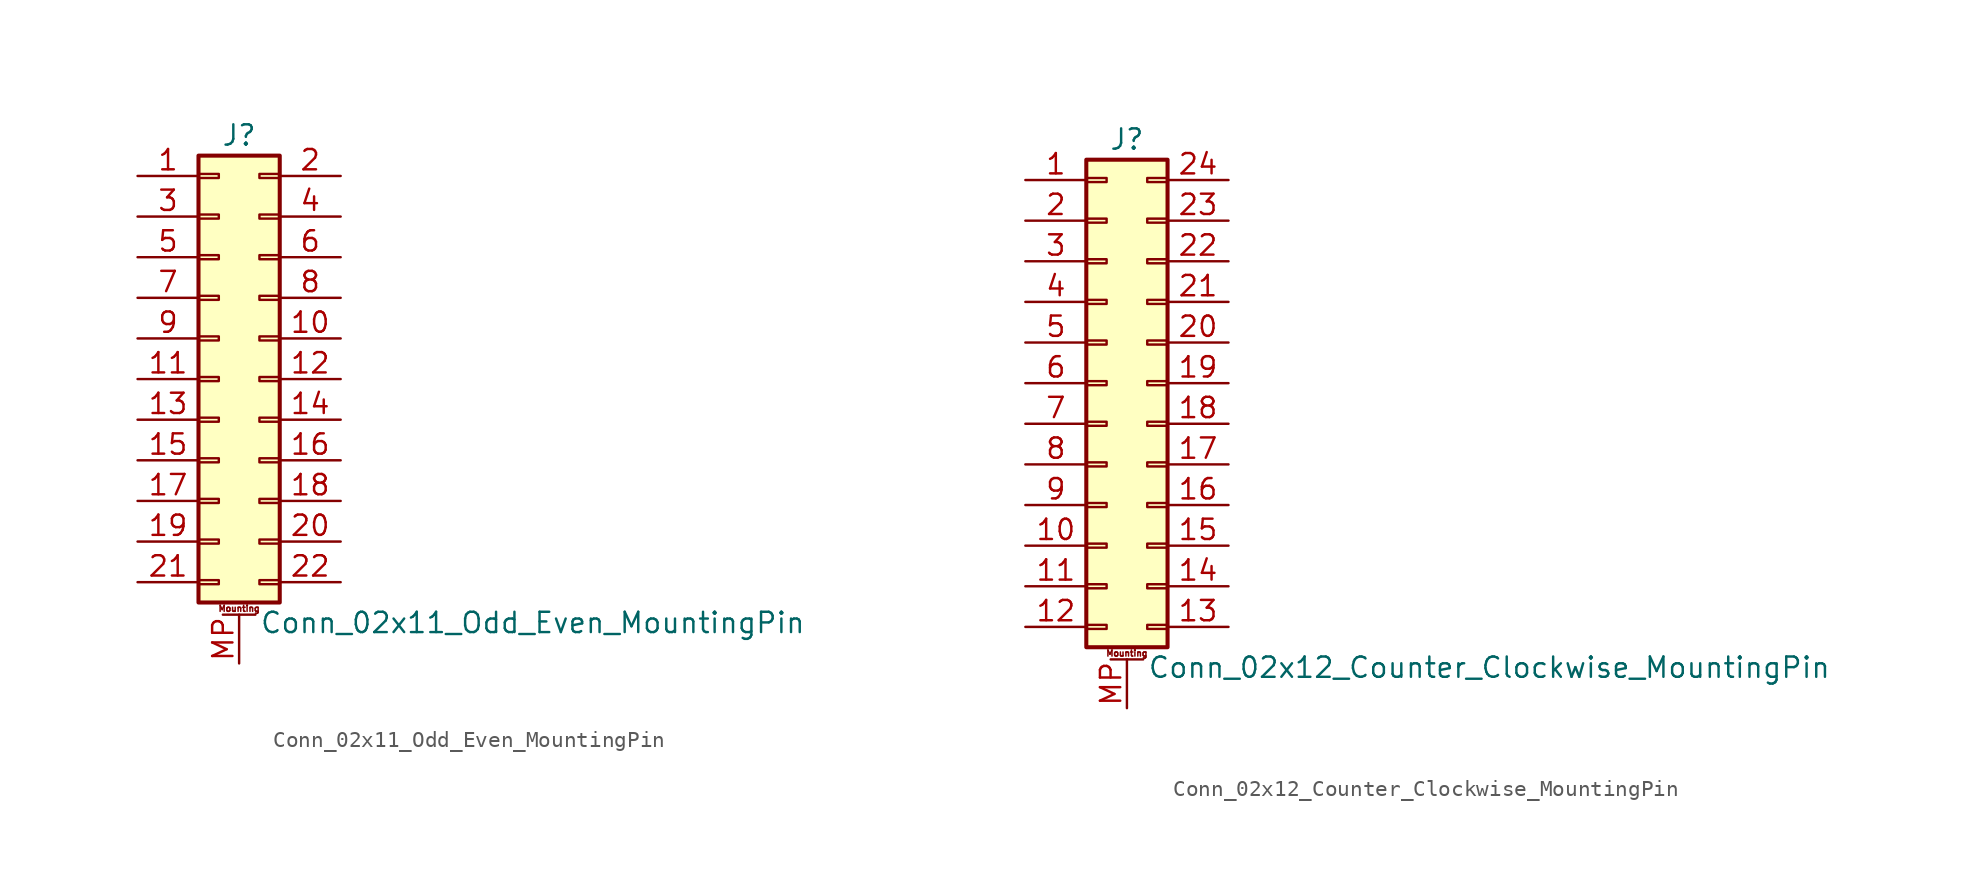
<source format=kicad_sym>
(kicad_symbol_lib
  (version 20220914)
  (generator kicad_symbol_editor)
  (symbol "Conn_02x11_Odd_Even_MountingPin"
    (pin_names
      (offset 1.016) hide)
    (property "Reference" "J"
      (at 1.27 15.24 0)
      (effects (font (size 1.27 1.27))))
    (property "Value" "Conn_02x11_Odd_Even_MountingPin"
      (at 2.54 -15.24 0)
      (effects (font (size 1.27 1.27)) (justify left)))
    (symbol "Conn_02x11_Odd_Even_MountingPin_1_1"
      (rectangle (start -1.27 -12.573) (end 0 -12.827) (stroke (width 0.152) (type default)) (fill (type none)))
      (rectangle (start -1.27 -10.033) (end 0 -10.287) (stroke (width 0.152) (type default)) (fill (type none)))
      (rectangle (start -1.27 -7.493) (end 0 -7.747) (stroke (width 0.152) (type default)) (fill (type none)))
      (rectangle (start -1.27 -4.953) (end 0 -5.207) (stroke (width 0.152) (type default)) (fill (type none)))
      (rectangle (start -1.27 -2.413) (end 0 -2.667) (stroke (width 0.152) (type default)) (fill (type none)))
      (rectangle (start -1.27 0.127) (end 0 -0.127) (stroke (width 0.152) (type default)) (fill (type none)))
      (rectangle (start -1.27 2.667) (end 0 2.413) (stroke (width 0.152) (type default)) (fill (type none)))
      (rectangle (start -1.27 5.207) (end 0 4.953) (stroke (width 0.152) (type default)) (fill (type none)))
      (rectangle (start -1.27 7.747) (end 0 7.493) (stroke (width 0.152) (type default)) (fill (type none)))
      (rectangle (start -1.27 10.287) (end 0 10.033) (stroke (width 0.152) (type default)) (fill (type none)))
      (rectangle (start -1.27 12.827) (end 0 12.573) (stroke (width 0.152) (type default)) (fill (type none)))
      (rectangle (start -1.27 13.97) (end 3.81 -13.97) (stroke (width 0.254) (type default)) (fill (type background)))
      (polyline (pts (xy 0.254 -14.732) (xy 2.286 -14.732)) (stroke (width 0.152) (type default)) (fill (type none)))
      (rectangle (start 3.81 -12.573) (end 2.54 -12.827) (stroke (width 0.152) (type default)) (fill (type none)))
      (rectangle (start 3.81 -10.033) (end 2.54 -10.287) (stroke (width 0.152) (type default)) (fill (type none)))
      (rectangle (start 3.81 -7.493) (end 2.54 -7.747) (stroke (width 0.152) (type default)) (fill (type none)))
      (rectangle (start 3.81 -4.953) (end 2.54 -5.207) (stroke (width 0.152) (type default)) (fill (type none)))
      (rectangle (start 3.81 -2.413) (end 2.54 -2.667) (stroke (width 0.152) (type default)) (fill (type none)))
      (rectangle (start 3.81 0.127) (end 2.54 -0.127) (stroke (width 0.152) (type default)) (fill (type none)))
      (rectangle (start 3.81 2.667) (end 2.54 2.413) (stroke (width 0.152) (type default)) (fill (type none)))
      (rectangle (start 3.81 5.207) (end 2.54 4.953) (stroke (width 0.152) (type default)) (fill (type none)))
      (rectangle (start 3.81 7.747) (end 2.54 7.493) (stroke (width 0.152) (type default)) (fill (type none)))
      (rectangle (start 3.81 10.287) (end 2.54 10.033) (stroke (width 0.152) (type default)) (fill (type none)))
      (rectangle (start 3.81 12.827) (end 2.54 12.573) (stroke (width 0.152) (type default)) (fill (type none)))
      (text "Mounting" (at 1.27 -14.351 0) (effects (font (size 0.381 0.381))))
      (pin passive line (at -5.08 12.7 0) (length 3.81) (name "Pin_1" (effects (font (size 1.27 1.27)))) (number "1" (effects (font (size 1.27 1.27)))))
      (pin passive line (at 7.62 2.54 180) (length 3.81) (name "Pin_10" (effects (font (size 1.27 1.27)))) (number "10" (effects (font (size 1.27 1.27)))))
      (pin passive line (at -5.08 0 0) (length 3.81) (name "Pin_11" (effects (font (size 1.27 1.27)))) (number "11" (effects (font (size 1.27 1.27)))))
      (pin passive line (at 7.62 0 180) (length 3.81) (name "Pin_12" (effects (font (size 1.27 1.27)))) (number "12" (effects (font (size 1.27 1.27)))))
      (pin passive line (at -5.08 -2.54 0) (length 3.81) (name "Pin_13" (effects (font (size 1.27 1.27)))) (number "13" (effects (font (size 1.27 1.27)))))
      (pin passive line (at 7.62 -2.54 180) (length 3.81) (name "Pin_14" (effects (font (size 1.27 1.27)))) (number "14" (effects (font (size 1.27 1.27)))))
      (pin passive line (at -5.08 -5.08 0) (length 3.81) (name "Pin_15" (effects (font (size 1.27 1.27)))) (number "15" (effects (font (size 1.27 1.27)))))
      (pin passive line (at 7.62 -5.08 180) (length 3.81) (name "Pin_16" (effects (font (size 1.27 1.27)))) (number "16" (effects (font (size 1.27 1.27)))))
      (pin passive line (at -5.08 -7.62 0) (length 3.81) (name "Pin_17" (effects (font (size 1.27 1.27)))) (number "17" (effects (font (size 1.27 1.27)))))
      (pin passive line (at 7.62 -7.62 180) (length 3.81) (name "Pin_18" (effects (font (size 1.27 1.27)))) (number "18" (effects (font (size 1.27 1.27)))))
      (pin passive line (at -5.08 -10.16 0) (length 3.81) (name "Pin_19" (effects (font (size 1.27 1.27)))) (number "19" (effects (font (size 1.27 1.27)))))
      (pin passive line (at 7.62 12.7 180) (length 3.81) (name "Pin_2" (effects (font (size 1.27 1.27)))) (number "2" (effects (font (size 1.27 1.27)))))
      (pin passive line (at 7.62 -10.16 180) (length 3.81) (name "Pin_20" (effects (font (size 1.27 1.27)))) (number "20" (effects (font (size 1.27 1.27)))))
      (pin passive line (at -5.08 -12.7 0) (length 3.81) (name "Pin_21" (effects (font (size 1.27 1.27)))) (number "21" (effects (font (size 1.27 1.27)))))
      (pin passive line (at 7.62 -12.7 180) (length 3.81) (name "Pin_22" (effects (font (size 1.27 1.27)))) (number "22" (effects (font (size 1.27 1.27)))))
      (pin passive line (at -5.08 10.16 0) (length 3.81) (name "Pin_3" (effects (font (size 1.27 1.27)))) (number "3" (effects (font (size 1.27 1.27)))))
      (pin passive line (at 7.62 10.16 180) (length 3.81) (name "Pin_4" (effects (font (size 1.27 1.27)))) (number "4" (effects (font (size 1.27 1.27)))))
      (pin passive line (at -5.08 7.62 0) (length 3.81) (name "Pin_5" (effects (font (size 1.27 1.27)))) (number "5" (effects (font (size 1.27 1.27)))))
      (pin passive line (at 7.62 7.62 180) (length 3.81) (name "Pin_6" (effects (font (size 1.27 1.27)))) (number "6" (effects (font (size 1.27 1.27)))))
      (pin passive line (at -5.08 5.08 0) (length 3.81) (name "Pin_7" (effects (font (size 1.27 1.27)))) (number "7" (effects (font (size 1.27 1.27)))))
      (pin passive line (at 7.62 5.08 180) (length 3.81) (name "Pin_8" (effects (font (size 1.27 1.27)))) (number "8" (effects (font (size 1.27 1.27)))))
      (pin passive line (at -5.08 2.54 0) (length 3.81) (name "Pin_9" (effects (font (size 1.27 1.27)))) (number "9" (effects (font (size 1.27 1.27)))))
      (pin passive line (at 1.27 -17.78 90) (length 3.048) (name "MountPin" (effects (font (size 1.27 1.27)))) (number "MP" (effects (font (size 1.27 1.27)))))))
  (symbol "Conn_02x12_Counter_Clockwise_MountingPin"
    (pin_names
      (offset 1.016) hide)
    (property "Reference" "J"
      (at 1.27 15.24 0)
      (effects (font (size 1.27 1.27))))
    (property "Value" "Conn_02x12_Counter_Clockwise_MountingPin"
      (at 2.54 -17.78 0)
      (effects (font (size 1.27 1.27)) (justify left)))
    (symbol "Conn_02x12_Counter_Clockwise_MountingPin_1_1"
      (rectangle (start -1.27 -15.113) (end 0 -15.367) (stroke (width 0.152) (type default)) (fill (type none)))
      (rectangle (start -1.27 -12.573) (end 0 -12.827) (stroke (width 0.152) (type default)) (fill (type none)))
      (rectangle (start -1.27 -10.033) (end 0 -10.287) (stroke (width 0.152) (type default)) (fill (type none)))
      (rectangle (start -1.27 -7.493) (end 0 -7.747) (stroke (width 0.152) (type default)) (fill (type none)))
      (rectangle (start -1.27 -4.953) (end 0 -5.207) (stroke (width 0.152) (type default)) (fill (type none)))
      (rectangle (start -1.27 -2.413) (end 0 -2.667) (stroke (width 0.152) (type default)) (fill (type none)))
      (rectangle (start -1.27 0.127) (end 0 -0.127) (stroke (width 0.152) (type default)) (fill (type none)))
      (rectangle (start -1.27 2.667) (end 0 2.413) (stroke (width 0.152) (type default)) (fill (type none)))
      (rectangle (start -1.27 5.207) (end 0 4.953) (stroke (width 0.152) (type default)) (fill (type none)))
      (rectangle (start -1.27 7.747) (end 0 7.493) (stroke (width 0.152) (type default)) (fill (type none)))
      (rectangle (start -1.27 10.287) (end 0 10.033) (stroke (width 0.152) (type default)) (fill (type none)))
      (rectangle (start -1.27 12.827) (end 0 12.573) (stroke (width 0.152) (type default)) (fill (type none)))
      (rectangle (start -1.27 13.97) (end 3.81 -16.51) (stroke (width 0.254) (type default)) (fill (type background)))
      (polyline (pts (xy 0.254 -17.272) (xy 2.286 -17.272)) (stroke (width 0.152) (type default)) (fill (type none)))
      (rectangle (start 3.81 -15.113) (end 2.54 -15.367) (stroke (width 0.152) (type default)) (fill (type none)))
      (rectangle (start 3.81 -12.573) (end 2.54 -12.827) (stroke (width 0.152) (type default)) (fill (type none)))
      (rectangle (start 3.81 -10.033) (end 2.54 -10.287) (stroke (width 0.152) (type default)) (fill (type none)))
      (rectangle (start 3.81 -7.493) (end 2.54 -7.747) (stroke (width 0.152) (type default)) (fill (type none)))
      (rectangle (start 3.81 -4.953) (end 2.54 -5.207) (stroke (width 0.152) (type default)) (fill (type none)))
      (rectangle (start 3.81 -2.413) (end 2.54 -2.667) (stroke (width 0.152) (type default)) (fill (type none)))
      (rectangle (start 3.81 0.127) (end 2.54 -0.127) (stroke (width 0.152) (type default)) (fill (type none)))
      (rectangle (start 3.81 2.667) (end 2.54 2.413) (stroke (width 0.152) (type default)) (fill (type none)))
      (rectangle (start 3.81 5.207) (end 2.54 4.953) (stroke (width 0.152) (type default)) (fill (type none)))
      (rectangle (start 3.81 7.747) (end 2.54 7.493) (stroke (width 0.152) (type default)) (fill (type none)))
      (rectangle (start 3.81 10.287) (end 2.54 10.033) (stroke (width 0.152) (type default)) (fill (type none)))
      (rectangle (start 3.81 12.827) (end 2.54 12.573) (stroke (width 0.152) (type default)) (fill (type none)))
      (text "Mounting" (at 1.27 -16.891 0) (effects (font (size 0.381 0.381))))
      (pin passive line (at -5.08 12.7 0) (length 3.81) (name "Pin_1" (effects (font (size 1.27 1.27)))) (number "1" (effects (font (size 1.27 1.27)))))
      (pin passive line (at -5.08 -10.16 0) (length 3.81) (name "Pin_10" (effects (font (size 1.27 1.27)))) (number "10" (effects (font (size 1.27 1.27)))))
      (pin passive line (at -5.08 -12.7 0) (length 3.81) (name "Pin_11" (effects (font (size 1.27 1.27)))) (number "11" (effects (font (size 1.27 1.27)))))
      (pin passive line (at -5.08 -15.24 0) (length 3.81) (name "Pin_12" (effects (font (size 1.27 1.27)))) (number "12" (effects (font (size 1.27 1.27)))))
      (pin passive line (at 7.62 -15.24 180) (length 3.81) (name "Pin_13" (effects (font (size 1.27 1.27)))) (number "13" (effects (font (size 1.27 1.27)))))
      (pin passive line (at 7.62 -12.7 180) (length 3.81) (name "Pin_14" (effects (font (size 1.27 1.27)))) (number "14" (effects (font (size 1.27 1.27)))))
      (pin passive line (at 7.62 -10.16 180) (length 3.81) (name "Pin_15" (effects (font (size 1.27 1.27)))) (number "15" (effects (font (size 1.27 1.27)))))
      (pin passive line (at 7.62 -7.62 180) (length 3.81) (name "Pin_16" (effects (font (size 1.27 1.27)))) (number "16" (effects (font (size 1.27 1.27)))))
      (pin passive line (at 7.62 -5.08 180) (length 3.81) (name "Pin_17" (effects (font (size 1.27 1.27)))) (number "17" (effects (font (size 1.27 1.27)))))
      (pin passive line (at 7.62 -2.54 180) (length 3.81) (name "Pin_18" (effects (font (size 1.27 1.27)))) (number "18" (effects (font (size 1.27 1.27)))))
      (pin passive line (at 7.62 0 180) (length 3.81) (name "Pin_19" (effects (font (size 1.27 1.27)))) (number "19" (effects (font (size 1.27 1.27)))))
      (pin passive line (at -5.08 10.16 0) (length 3.81) (name "Pin_2" (effects (font (size 1.27 1.27)))) (number "2" (effects (font (size 1.27 1.27)))))
      (pin passive line (at 7.62 2.54 180) (length 3.81) (name "Pin_20" (effects (font (size 1.27 1.27)))) (number "20" (effects (font (size 1.27 1.27)))))
      (pin passive line (at 7.62 5.08 180) (length 3.81) (name "Pin_21" (effects (font (size 1.27 1.27)))) (number "21" (effects (font (size 1.27 1.27)))))
      (pin passive line (at 7.62 7.62 180) (length 3.81) (name "Pin_22" (effects (font (size 1.27 1.27)))) (number "22" (effects (font (size 1.27 1.27)))))
      (pin passive line (at 7.62 10.16 180) (length 3.81) (name "Pin_23" (effects (font (size 1.27 1.27)))) (number "23" (effects (font (size 1.27 1.27)))))
      (pin passive line (at 7.62 12.7 180) (length 3.81) (name "Pin_24" (effects (font (size 1.27 1.27)))) (number "24" (effects (font (size 1.27 1.27)))))
      (pin passive line (at -5.08 7.62 0) (length 3.81) (name "Pin_3" (effects (font (size 1.27 1.27)))) (number "3" (effects (font (size 1.27 1.27)))))
      (pin passive line (at -5.08 5.08 0) (length 3.81) (name "Pin_4" (effects (font (size 1.27 1.27)))) (number "4" (effects (font (size 1.27 1.27)))))
      (pin passive line (at -5.08 2.54 0) (length 3.81) (name "Pin_5" (effects (font (size 1.27 1.27)))) (number "5" (effects (font (size 1.27 1.27)))))
      (pin passive line (at -5.08 0 0) (length 3.81) (name "Pin_6" (effects (font (size 1.27 1.27)))) (number "6" (effects (font (size 1.27 1.27)))))
      (pin passive line (at -5.08 -2.54 0) (length 3.81) (name "Pin_7" (effects (font (size 1.27 1.27)))) (number "7" (effects (font (size 1.27 1.27)))))
      (pin passive line (at -5.08 -5.08 0) (length 3.81) (name "Pin_8" (effects (font (size 1.27 1.27)))) (number "8" (effects (font (size 1.27 1.27)))))
      (pin passive line (at -5.08 -7.62 0) (length 3.81) (name "Pin_9" (effects (font (size 1.27 1.27)))) (number "9" (effects (font (size 1.27 1.27)))))
      (pin passive line (at 1.27 -20.32 90) (length 3.048) (name "MountPin" (effects (font (size 1.27 1.27)))) (number "MP" (effects (font (size 1.27 1.27))))))))
</source>
